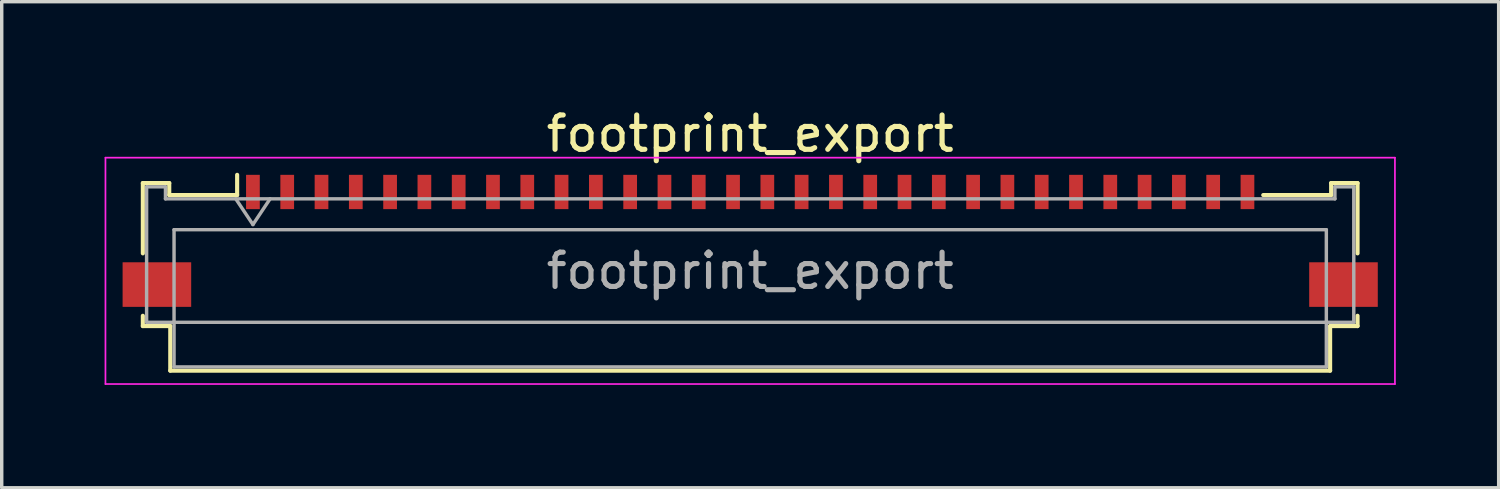
<source format=kicad_pcb>
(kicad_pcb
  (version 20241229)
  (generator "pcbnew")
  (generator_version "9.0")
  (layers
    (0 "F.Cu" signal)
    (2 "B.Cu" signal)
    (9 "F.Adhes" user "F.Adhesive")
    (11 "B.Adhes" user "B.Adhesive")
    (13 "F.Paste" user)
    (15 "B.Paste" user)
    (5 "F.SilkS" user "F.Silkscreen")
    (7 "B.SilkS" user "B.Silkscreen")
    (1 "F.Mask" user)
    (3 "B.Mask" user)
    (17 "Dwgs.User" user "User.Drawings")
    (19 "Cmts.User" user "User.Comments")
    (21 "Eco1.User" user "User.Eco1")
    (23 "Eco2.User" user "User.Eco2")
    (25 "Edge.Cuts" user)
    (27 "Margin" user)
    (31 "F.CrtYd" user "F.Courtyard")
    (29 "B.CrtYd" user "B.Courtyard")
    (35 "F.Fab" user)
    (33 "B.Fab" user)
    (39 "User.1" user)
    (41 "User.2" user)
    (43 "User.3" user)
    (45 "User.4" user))
  (footprint "footprint_export"
    (layer "F.Cu")
    (at 18.825 3.458)
    (property "Reference" "footprint_export" (at 0 -2.61 0) (layer "F.SilkS") (effects (font (size 1 1) (thickness 0.15))))
    (attr smd)
    (fp_line (start -17.71 -1.17) (end -17.71 0.88) (stroke (width 0.12) (type solid)) (layer "F.SilkS"))
    (fp_line (start -17.71 2.7) (end -17.71 3) (stroke (width 0.12) (type solid)) (layer "F.SilkS"))
    (fp_line (start -17.71 3) (end -16.91 3) (stroke (width 0.12) (type solid)) (layer "F.SilkS"))
    (fp_line (start -16.94 -1.17) (end -17.71 -1.17) (stroke (width 0.12) (type solid)) (layer "F.SilkS"))
    (fp_line (start -16.94 -0.82) (end -16.94 -1.17) (stroke (width 0.12) (type solid)) (layer "F.SilkS"))
    (fp_line (start -16.91 3) (end -16.91 4.3) (stroke (width 0.12) (type solid)) (layer "F.SilkS"))
    (fp_line (start -16.91 4.3) (end 16.91 4.3) (stroke (width 0.12) (type solid)) (layer "F.SilkS"))
    (fp_line (start -14.96 -1.41) (end -14.96 -0.82) (stroke (width 0.12) (type solid)) (layer "F.SilkS"))
    (fp_line (start -14.96 -0.82) (end -16.94 -0.82) (stroke (width 0.12) (type solid)) (layer "F.SilkS"))
    (fp_line (start 16.91 3) (end 17.71 3) (stroke (width 0.12) (type solid)) (layer "F.SilkS"))
    (fp_line (start 16.91 4.3) (end 16.91 3) (stroke (width 0.12) (type solid)) (layer "F.SilkS"))
    (fp_line (start 16.94 -1.17) (end 16.94 -0.82) (stroke (width 0.12) (type solid)) (layer "F.SilkS"))
    (fp_line (start 16.94 -0.82) (end 14.96 -0.82) (stroke (width 0.12) (type solid)) (layer "F.SilkS"))
    (fp_line (start 17.71 -1.17) (end 16.94 -1.17) (stroke (width 0.12) (type solid)) (layer "F.SilkS"))
    (fp_line (start 17.71 0.88) (end 17.71 -1.17) (stroke (width 0.12) (type solid)) (layer "F.SilkS"))
    (fp_line (start 17.71 3) (end 17.71 2.7) (stroke (width 0.12) (type solid)) (layer "F.SilkS"))
    (fp_line (start -18.8 -1.91) (end -18.8 4.69) (stroke (width 0.05) (type solid)) (layer "F.CrtYd"))
    (fp_line (start -18.8 4.69) (end 18.8 4.69) (stroke (width 0.05) (type solid)) (layer "F.CrtYd"))
    (fp_line (start 18.8 -1.91) (end -18.8 -1.91) (stroke (width 0.05) (type solid)) (layer "F.CrtYd"))
    (fp_line (start 18.8 4.69) (end 18.8 -1.91) (stroke (width 0.05) (type solid)) (layer "F.CrtYd"))
    (fp_line (start -17.6 -1.06) (end -17.6 2.89) (stroke (width 0.1) (type solid)) (layer "F.Fab"))
    (fp_line (start -17.6 2.89) (end 17.6 2.89) (stroke (width 0.1) (type solid)) (layer "F.Fab"))
    (fp_line (start -17.05 -1.06) (end -17.6 -1.06) (stroke (width 0.1) (type solid)) (layer "F.Fab"))
    (fp_line (start -17.05 -0.71) (end -17.05 -1.06) (stroke (width 0.1) (type solid)) (layer "F.Fab"))
    (fp_line (start -16.8 0.19) (end -16.8 4.19) (stroke (width 0.1) (type solid)) (layer "F.Fab"))
    (fp_line (start -16.8 4.19) (end 16.8 4.19) (stroke (width 0.1) (type solid)) (layer "F.Fab"))
    (fp_line (start -15 -0.71) (end -14.5 0.04) (stroke (width 0.1) (type solid)) (layer "F.Fab"))
    (fp_line (start -14.5 0.04) (end -14 -0.71) (stroke (width 0.1) (type solid)) (layer "F.Fab"))
    (fp_line (start 16.8 0.19) (end -16.8 0.19) (stroke (width 0.1) (type solid)) (layer "F.Fab"))
    (fp_line (start 16.8 4.19) (end 16.8 0.19) (stroke (width 0.1) (type solid)) (layer "F.Fab"))
    (fp_line (start 17.05 -1.06) (end 17.05 -0.71) (stroke (width 0.1) (type solid)) (layer "F.Fab"))
    (fp_line (start 17.05 -0.71) (end -17.05 -0.71) (stroke (width 0.1) (type solid)) (layer "F.Fab"))
    (fp_line (start 17.6 -1.06) (end 17.05 -1.06) (stroke (width 0.1) (type solid)) (layer "F.Fab"))
    (fp_line (start 17.6 2.89) (end 17.6 -1.06) (stroke (width 0.1) (type solid)) (layer "F.Fab"))
    (fp_text user "${REFERENCE}" (at 0 1.39 0) (layer "F.Fab") (effects (font (size 1 1) (thickness 0.15))))
    (pad "1" smd rect (at -14.5 -0.91) (size 0.4 1) (layers "F.Cu" "F.Mask" "F.Paste"))
    (pad "2" smd rect (at -13.5 -0.91) (size 0.4 1) (layers "F.Cu" "F.Mask" "F.Paste"))
    (pad "3" smd rect (at -12.5 -0.91) (size 0.4 1) (layers "F.Cu" "F.Mask" "F.Paste"))
    (pad "4" smd rect (at -11.5 -0.91) (size 0.4 1) (layers "F.Cu" "F.Mask" "F.Paste"))
    (pad "5" smd rect (at -10.5 -0.91) (size 0.4 1) (layers "F.Cu" "F.Mask" "F.Paste"))
    (pad "6" smd rect (at -9.5 -0.91) (size 0.4 1) (layers "F.Cu" "F.Mask" "F.Paste"))
    (pad "7" smd rect (at -8.5 -0.91) (size 0.4 1) (layers "F.Cu" "F.Mask" "F.Paste"))
    (pad "8" smd rect (at -7.5 -0.91) (size 0.4 1) (layers "F.Cu" "F.Mask" "F.Paste"))
    (pad "9" smd rect (at -6.5 -0.91) (size 0.4 1) (layers "F.Cu" "F.Mask" "F.Paste"))
    (pad "10" smd rect (at -5.5 -0.91) (size 0.4 1) (layers "F.Cu" "F.Mask" "F.Paste"))
    (pad "11" smd rect (at -4.5 -0.91) (size 0.4 1) (layers "F.Cu" "F.Mask" "F.Paste"))
    (pad "12" smd rect (at -3.5 -0.91) (size 0.4 1) (layers "F.Cu" "F.Mask" "F.Paste"))
    (pad "13" smd rect (at -2.5 -0.91) (size 0.4 1) (layers "F.Cu" "F.Mask" "F.Paste"))
    (pad "14" smd rect (at -1.5 -0.91) (size 0.4 1) (layers "F.Cu" "F.Mask" "F.Paste"))
    (pad "15" smd rect (at -0.5 -0.91) (size 0.4 1) (layers "F.Cu" "F.Mask" "F.Paste"))
    (pad "16" smd rect (at 0.5 -0.91) (size 0.4 1) (layers "F.Cu" "F.Mask" "F.Paste"))
    (pad "17" smd rect (at 1.5 -0.91) (size 0.4 1) (layers "F.Cu" "F.Mask" "F.Paste"))
    (pad "18" smd rect (at 2.5 -0.91) (size 0.4 1) (layers "F.Cu" "F.Mask" "F.Paste"))
    (pad "19" smd rect (at 3.5 -0.91) (size 0.4 1) (layers "F.Cu" "F.Mask" "F.Paste"))
    (pad "20" smd rect (at 4.5 -0.91) (size 0.4 1) (layers "F.Cu" "F.Mask" "F.Paste"))
    (pad "21" smd rect (at 5.5 -0.91) (size 0.4 1) (layers "F.Cu" "F.Mask" "F.Paste"))
    (pad "22" smd rect (at 6.5 -0.91) (size 0.4 1) (layers "F.Cu" "F.Mask" "F.Paste"))
    (pad "23" smd rect (at 7.5 -0.91) (size 0.4 1) (layers "F.Cu" "F.Mask" "F.Paste"))
    (pad "24" smd rect (at 8.5 -0.91) (size 0.4 1) (layers "F.Cu" "F.Mask" "F.Paste"))
    (pad "25" smd rect (at 9.5 -0.91) (size 0.4 1) (layers "F.Cu" "F.Mask" "F.Paste"))
    (pad "26" smd rect (at 10.5 -0.91) (size 0.4 1) (layers "F.Cu" "F.Mask" "F.Paste"))
    (pad "27" smd rect (at 11.5 -0.91) (size 0.4 1) (layers "F.Cu" "F.Mask" "F.Paste"))
    (pad "28" smd rect (at 12.5 -0.91) (size 0.4 1) (layers "F.Cu" "F.Mask" "F.Paste"))
    (pad "29" smd rect (at 13.5 -0.91) (size 0.4 1) (layers "F.Cu" "F.Mask" "F.Paste"))
    (pad "30" smd rect (at 14.5 -0.91) (size 0.4 1) (layers "F.Cu" "F.Mask" "F.Paste"))
    (pad "MP" smd rect (at -17.3 1.79) (size 2 1.3) (layers "F.Cu" "F.Mask" "F.Paste"))
    (pad "MP" smd rect (at 17.3 1.79) (size 2 1.3) (layers "F.Cu" "F.Mask" "F.Paste")))
  (gr_rect
    (start -3 -3)
    (end 40.65 11.173)
    (stroke (width 0.1) (type default))
    (fill no)
    (layer "Edge.Cuts")))
</source>
